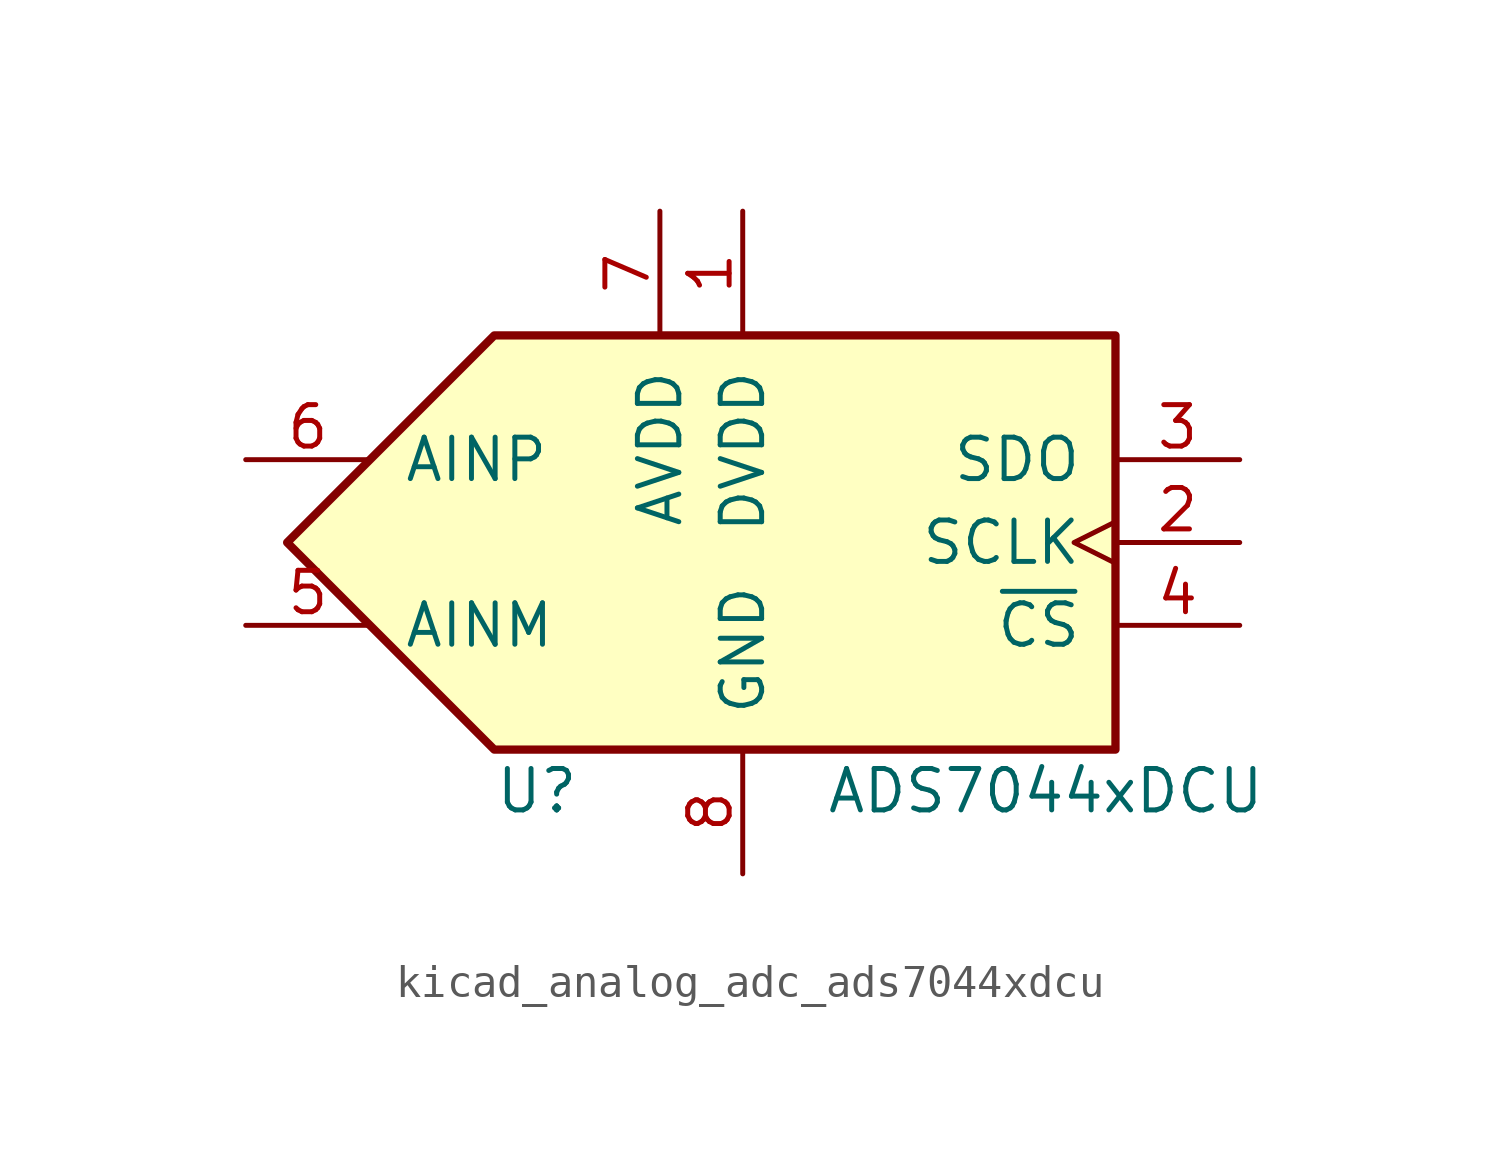
<source format=kicad_sym>
(kicad_symbol_lib
  (version 20220914)
  (generator kicad_symbol_editor)
  (symbol "kicad_analog_adc_ads7044xdcu"
    (pin_names
      (offset 1.016))
    (property "Reference" "U"
      (at -7.62 -7.62 0)
      (effects (font (size 1.27 1.27)) (justify left)))
    (property "Value" "ADS7044xDCU"
      (at 2.54 -7.62 0)
      (effects (font (size 1.27 1.27)) (justify left)))
    (symbol "kicad_analog_adc_ads7044xdcu_0_1"
      (polyline (pts (xy -13.97 0) (xy -7.62 6.35) (xy 11.43 6.35) (xy 11.43 -6.35) (xy -7.62 -6.35) (xy -13.97 0)) (stroke (width 0.254) (type default)) (fill (type background))))
    (symbol "kicad_analog_adc_ads7044xdcu_1_1"
      (pin power_in line (at 0 10.16 270) (length 3.81) (name "DVDD" (effects (font (size 1.27 1.27)))) (number "1" (effects (font (size 1.27 1.27)))))
      (pin input clock (at 15.24 0 180) (length 3.81) (name "SCLK" (effects (font (size 1.27 1.27)))) (number "2" (effects (font (size 1.27 1.27)))))
      (pin output line (at 15.24 2.54 180) (length 3.81) (name "SDO" (effects (font (size 1.27 1.27)))) (number "3" (effects (font (size 1.27 1.27)))))
      (pin input line (at 15.24 -2.54 180) (length 3.81) (name "~{CS}" (effects (font (size 1.27 1.27)))) (number "4" (effects (font (size 1.27 1.27)))))
      (pin input line (at -15.24 -2.54 0) (length 3.81) (name "AINM" (effects (font (size 1.27 1.27)))) (number "5" (effects (font (size 1.27 1.27)))))
      (pin input line (at -15.24 2.54 0) (length 3.81) (name "AINP" (effects (font (size 1.27 1.27)))) (number "6" (effects (font (size 1.27 1.27)))))
      (pin power_in line (at -2.54 10.16 270) (length 3.81) (name "AVDD" (effects (font (size 1.27 1.27)))) (number "7" (effects (font (size 1.27 1.27)))))
      (pin power_in line (at 0 -10.16 90) (length 3.81) (name "GND" (effects (font (size 1.27 1.27)))) (number "8" (effects (font (size 1.27 1.27))))))))
</source>
